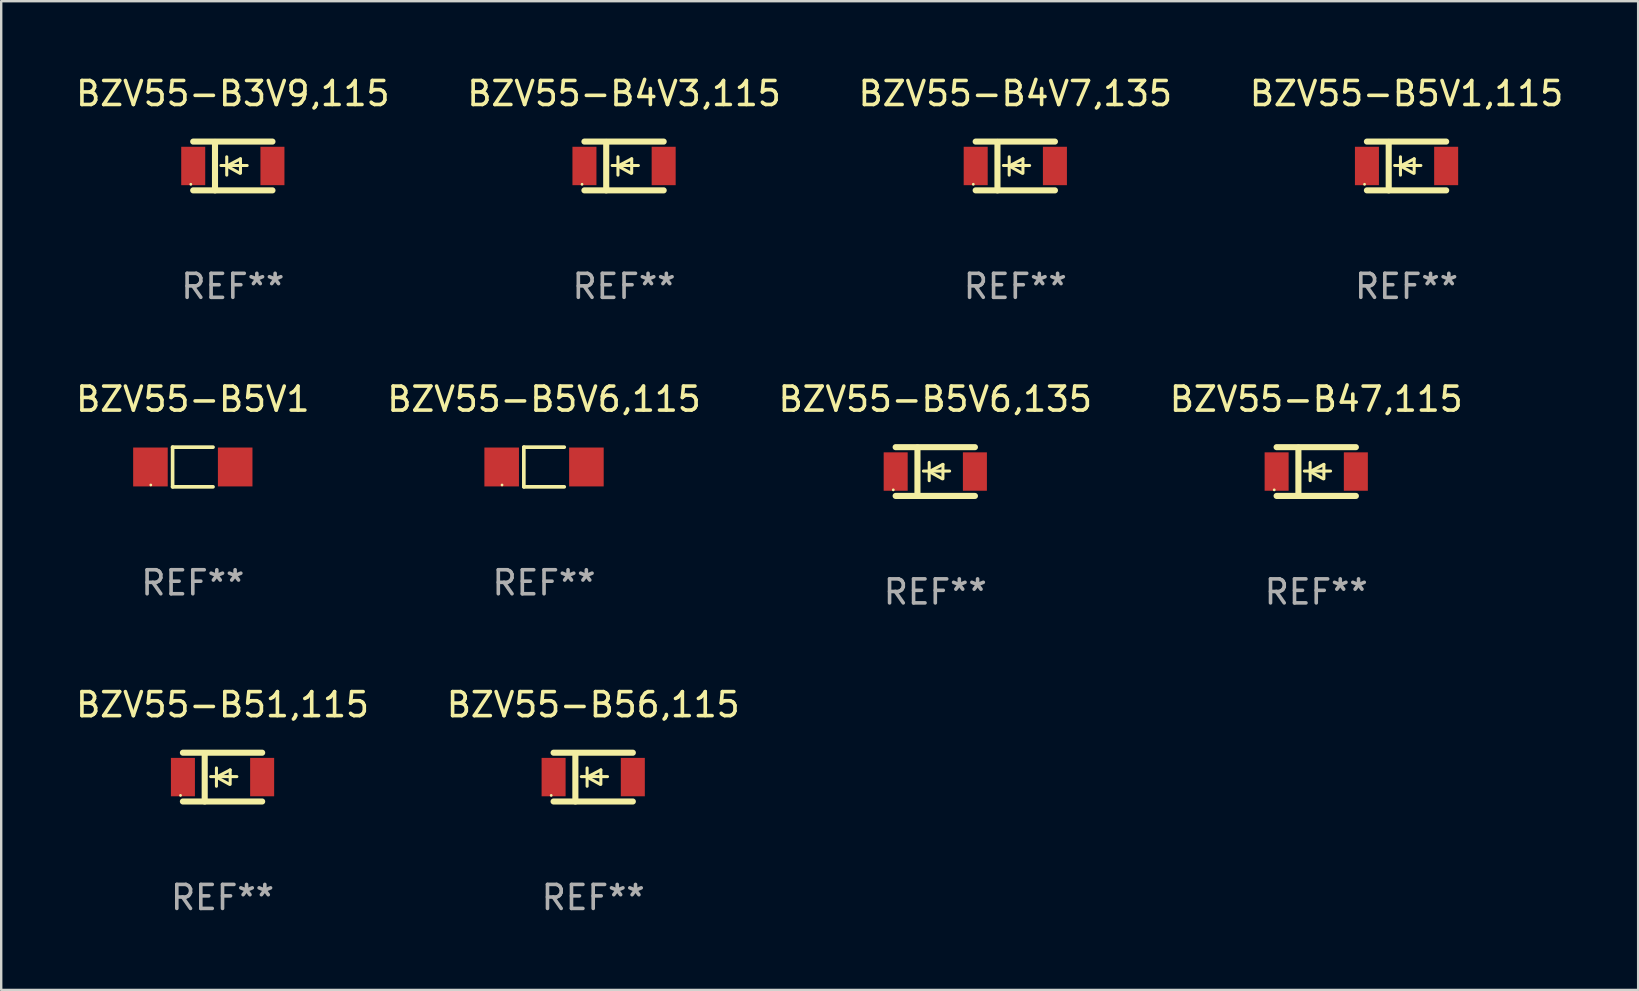
<source format=kicad_pcb>
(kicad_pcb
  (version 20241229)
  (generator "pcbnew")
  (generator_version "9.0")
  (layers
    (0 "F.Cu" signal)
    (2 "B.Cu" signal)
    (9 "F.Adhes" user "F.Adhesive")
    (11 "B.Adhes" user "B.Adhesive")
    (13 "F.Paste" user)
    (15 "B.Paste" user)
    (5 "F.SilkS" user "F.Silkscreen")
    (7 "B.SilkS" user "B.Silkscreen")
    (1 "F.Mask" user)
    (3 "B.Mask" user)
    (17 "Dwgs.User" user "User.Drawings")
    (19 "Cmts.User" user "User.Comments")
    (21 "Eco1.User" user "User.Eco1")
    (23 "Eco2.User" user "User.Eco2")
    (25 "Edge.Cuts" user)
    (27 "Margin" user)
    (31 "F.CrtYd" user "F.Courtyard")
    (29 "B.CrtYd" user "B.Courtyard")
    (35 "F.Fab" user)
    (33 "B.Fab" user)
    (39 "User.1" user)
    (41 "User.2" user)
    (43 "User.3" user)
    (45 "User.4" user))
  (footprint "BZV55-B5V6,115"
    (layer "F.Cu")
    (at 19.613 16.403)
    (property "Reference" "BZV55-B5V6,115" (at 0 -2.826 0) (layer "F.SilkS") (effects (font (size 1 1) (thickness 0.15))))
    (attr through_hole)
    (fp_line (start -0.842 -0.826) (end -0.842 0.826) (stroke (width 0.152) (type solid)) (layer "F.SilkS"))
    (fp_line (start -0.842 -0.826) (end 0.842 -0.826) (stroke (width 0.152) (type solid)) (layer "F.SilkS"))
    (fp_line (start -0.842 0.826) (end 0.842 0.826) (stroke (width 0.152) (type solid)) (layer "F.SilkS"))
    (fp_circle (center -1.75 0.75) (end -1.72 0.75) (stroke (width 0.06) (type solid)) (fill no) (layer "F.SilkS"))
    (fp_text user "REF**" (at 0 4.826 0) (layer "F.Fab") (effects (font (size 1 1) (thickness 0.15))))
    (pad "1" smd rect (at -1.765 0) (size 1.44 1.62) (layers "F.Cu" "F.Mask" "F.Paste"))
    (pad "2" smd rect (at 1.765 0) (size 1.44 1.62) (layers "F.Cu" "F.Mask" "F.Paste")))
  (footprint "BZV55-B4V3,115"
    (layer "F.Cu")
    (at 22.946 3.864)
    (property "Reference" "BZV55-B4V3,115" (at 0 -3.016 0) (layer "F.SilkS") (effects (font (size 1 1) (thickness 0.15))))
    (attr through_hole)
    (fp_line (start -1.651 -1.016) (end 1.651 -1.016) (stroke (width 0.254) (type solid)) (layer "F.SilkS"))
    (fp_line (start -1.651 1.016) (end 1.651 1.016) (stroke (width 0.254) (type solid)) (layer "F.SilkS"))
    (fp_line (start -0.743 -1) (end -0.743 1.016) (stroke (width 0.254) (type solid)) (layer "F.SilkS"))
    (fp_line (start -0.495 -0.02) (end 0.597 -0.02) (stroke (width 0.127) (type solid)) (layer "F.SilkS"))
    (fp_line (start -0.254 0) (end -0.254 -0.381) (stroke (width 0.127) (type solid)) (layer "F.SilkS"))
    (fp_line (start -0.254 0) (end -0.254 0.381) (stroke (width 0.127) (type solid)) (layer "F.SilkS"))
    (fp_line (start 0.288 0.301) (end -0.254 0) (stroke (width 0.127) (type solid)) (layer "F.SilkS"))
    (fp_line (start 0.318 -0.299) (end -0.254 0) (stroke (width 0.127) (type solid)) (layer "F.SilkS"))
    (fp_line (start 0.318 -0.299) (end 0.318 0.301) (stroke (width 0.127) (type solid)) (layer "F.SilkS"))
    (fp_circle (center -1.75 0.763) (end -1.72 0.763) (stroke (width 0.06) (type solid)) (fill no) (layer "F.SilkS"))
    (fp_text user "REF**" (at 0 5.016 0) (layer "F.Fab") (effects (font (size 1 1) (thickness 0.15))))
    (pad "1" smd rect (at -1.65 0 90) (size 1.6 1) (layers "F.Cu" "F.Mask" "F.Paste"))
    (pad "2" smd rect (at 1.65 0 90) (size 1.6 1) (layers "F.Cu" "F.Mask" "F.Paste")))
  (footprint "BZV55-B47,115"
    (layer "F.Cu")
    (at 51.78 16.593)
    (property "Reference" "BZV55-B47,115" (at 0 -3.016 0) (layer "F.SilkS") (effects (font (size 1 1) (thickness 0.15))))
    (attr through_hole)
    (fp_line (start -1.651 -1.016) (end 1.651 -1.016) (stroke (width 0.254) (type solid)) (layer "F.SilkS"))
    (fp_line (start -1.651 1.016) (end 1.651 1.016) (stroke (width 0.254) (type solid)) (layer "F.SilkS"))
    (fp_line (start -0.743 -1) (end -0.743 1.016) (stroke (width 0.254) (type solid)) (layer "F.SilkS"))
    (fp_line (start -0.495 -0.02) (end 0.597 -0.02) (stroke (width 0.127) (type solid)) (layer "F.SilkS"))
    (fp_line (start -0.254 0) (end -0.254 -0.381) (stroke (width 0.127) (type solid)) (layer "F.SilkS"))
    (fp_line (start -0.254 0) (end -0.254 0.381) (stroke (width 0.127) (type solid)) (layer "F.SilkS"))
    (fp_line (start 0.288 0.301) (end -0.254 0) (stroke (width 0.127) (type solid)) (layer "F.SilkS"))
    (fp_line (start 0.318 -0.299) (end -0.254 0) (stroke (width 0.127) (type solid)) (layer "F.SilkS"))
    (fp_line (start 0.318 -0.299) (end 0.318 0.301) (stroke (width 0.127) (type solid)) (layer "F.SilkS"))
    (fp_circle (center -1.75 0.763) (end -1.72 0.763) (stroke (width 0.06) (type solid)) (fill no) (layer "F.SilkS"))
    (fp_text user "REF**" (at 0 5.016 0) (layer "F.Fab") (effects (font (size 1 1) (thickness 0.15))))
    (pad "1" smd rect (at -1.65 0 90) (size 1.6 1) (layers "F.Cu" "F.Mask" "F.Paste"))
    (pad "2" smd rect (at 1.65 0 90) (size 1.6 1) (layers "F.Cu" "F.Mask" "F.Paste")))
  (footprint "BZV55-B5V6,135"
    (layer "F.Cu")
    (at 35.911 16.593)
    (property "Reference" "BZV55-B5V6,135" (at 0 -3.016 0) (layer "F.SilkS") (effects (font (size 1 1) (thickness 0.15))))
    (attr through_hole)
    (fp_line (start -1.651 -1.016) (end 1.651 -1.016) (stroke (width 0.254) (type solid)) (layer "F.SilkS"))
    (fp_line (start -1.651 1.016) (end 1.651 1.016) (stroke (width 0.254) (type solid)) (layer "F.SilkS"))
    (fp_line (start -0.743 -1) (end -0.743 1.016) (stroke (width 0.254) (type solid)) (layer "F.SilkS"))
    (fp_line (start -0.495 -0.02) (end 0.597 -0.02) (stroke (width 0.127) (type solid)) (layer "F.SilkS"))
    (fp_line (start -0.254 0) (end -0.254 -0.381) (stroke (width 0.127) (type solid)) (layer "F.SilkS"))
    (fp_line (start -0.254 0) (end -0.254 0.381) (stroke (width 0.127) (type solid)) (layer "F.SilkS"))
    (fp_line (start 0.288 0.301) (end -0.254 0) (stroke (width 0.127) (type solid)) (layer "F.SilkS"))
    (fp_line (start 0.318 -0.299) (end -0.254 0) (stroke (width 0.127) (type solid)) (layer "F.SilkS"))
    (fp_line (start 0.318 -0.299) (end 0.318 0.301) (stroke (width 0.127) (type solid)) (layer "F.SilkS"))
    (fp_circle (center -1.75 0.763) (end -1.72 0.763) (stroke (width 0.06) (type solid)) (fill no) (layer "F.SilkS"))
    (fp_text user "REF**" (at 0 5.016 0) (layer "F.Fab") (effects (font (size 1 1) (thickness 0.15))))
    (pad "1" smd rect (at -1.65 0 90) (size 1.6 1) (layers "F.Cu" "F.Mask" "F.Paste"))
    (pad "2" smd rect (at 1.65 0 90) (size 1.6 1) (layers "F.Cu" "F.Mask" "F.Paste")))
  (footprint "BZV55-B4V7,135"
    (layer "F.Cu")
    (at 39.244 3.864)
    (property "Reference" "BZV55-B4V7,135" (at 0 -3.016 0) (layer "F.SilkS") (effects (font (size 1 1) (thickness 0.15))))
    (attr through_hole)
    (fp_line (start -1.651 -1.016) (end 1.651 -1.016) (stroke (width 0.254) (type solid)) (layer "F.SilkS"))
    (fp_line (start -1.651 1.016) (end 1.651 1.016) (stroke (width 0.254) (type solid)) (layer "F.SilkS"))
    (fp_line (start -0.743 -1) (end -0.743 1.016) (stroke (width 0.254) (type solid)) (layer "F.SilkS"))
    (fp_line (start -0.495 -0.02) (end 0.597 -0.02) (stroke (width 0.127) (type solid)) (layer "F.SilkS"))
    (fp_line (start -0.254 0) (end -0.254 -0.381) (stroke (width 0.127) (type solid)) (layer "F.SilkS"))
    (fp_line (start -0.254 0) (end -0.254 0.381) (stroke (width 0.127) (type solid)) (layer "F.SilkS"))
    (fp_line (start 0.288 0.301) (end -0.254 0) (stroke (width 0.127) (type solid)) (layer "F.SilkS"))
    (fp_line (start 0.318 -0.299) (end -0.254 0) (stroke (width 0.127) (type solid)) (layer "F.SilkS"))
    (fp_line (start 0.318 -0.299) (end 0.318 0.301) (stroke (width 0.127) (type solid)) (layer "F.SilkS"))
    (fp_circle (center -1.75 0.763) (end -1.72 0.763) (stroke (width 0.06) (type solid)) (fill no) (layer "F.SilkS"))
    (fp_text user "REF**" (at 0 5.016 0) (layer "F.Fab") (effects (font (size 1 1) (thickness 0.15))))
    (pad "1" smd rect (at -1.65 0 90) (size 1.6 1) (layers "F.Cu" "F.Mask" "F.Paste"))
    (pad "2" smd rect (at 1.65 0 90) (size 1.6 1) (layers "F.Cu" "F.Mask" "F.Paste")))
  (footprint "BZV55-B51,115"
    (layer "F.Cu")
    (at 6.22 29.321)
    (property "Reference" "BZV55-B51,115" (at 0 -3.016 0) (layer "F.SilkS") (effects (font (size 1 1) (thickness 0.15))))
    (attr through_hole)
    (fp_line (start -1.651 -1.016) (end 1.651 -1.016) (stroke (width 0.254) (type solid)) (layer "F.SilkS"))
    (fp_line (start -1.651 1.016) (end 1.651 1.016) (stroke (width 0.254) (type solid)) (layer "F.SilkS"))
    (fp_line (start -0.743 -1) (end -0.743 1.016) (stroke (width 0.254) (type solid)) (layer "F.SilkS"))
    (fp_line (start -0.495 -0.02) (end 0.597 -0.02) (stroke (width 0.127) (type solid)) (layer "F.SilkS"))
    (fp_line (start -0.254 0) (end -0.254 -0.381) (stroke (width 0.127) (type solid)) (layer "F.SilkS"))
    (fp_line (start -0.254 0) (end -0.254 0.381) (stroke (width 0.127) (type solid)) (layer "F.SilkS"))
    (fp_line (start 0.288 0.301) (end -0.254 0) (stroke (width 0.127) (type solid)) (layer "F.SilkS"))
    (fp_line (start 0.318 -0.299) (end -0.254 0) (stroke (width 0.127) (type solid)) (layer "F.SilkS"))
    (fp_line (start 0.318 -0.299) (end 0.318 0.301) (stroke (width 0.127) (type solid)) (layer "F.SilkS"))
    (fp_circle (center -1.75 0.763) (end -1.72 0.763) (stroke (width 0.06) (type solid)) (fill no) (layer "F.SilkS"))
    (fp_text user "REF**" (at 0 5.016 0) (layer "F.Fab") (effects (font (size 1 1) (thickness 0.15))))
    (pad "1" smd rect (at -1.65 0 90) (size 1.6 1) (layers "F.Cu" "F.Mask" "F.Paste"))
    (pad "2" smd rect (at 1.65 0 90) (size 1.6 1) (layers "F.Cu" "F.Mask" "F.Paste")))
  (footprint "BZV55-B5V1"
    (layer "F.Cu")
    (at 4.982 16.403)
    (property "Reference" "BZV55-B5V1" (at 0 -2.826 0) (layer "F.SilkS") (effects (font (size 1 1) (thickness 0.15))))
    (attr through_hole)
    (fp_line (start -0.842 -0.826) (end -0.842 0.826) (stroke (width 0.152) (type solid)) (layer "F.SilkS"))
    (fp_line (start -0.842 -0.826) (end 0.842 -0.826) (stroke (width 0.152) (type solid)) (layer "F.SilkS"))
    (fp_line (start -0.842 0.826) (end 0.842 0.826) (stroke (width 0.152) (type solid)) (layer "F.SilkS"))
    (fp_circle (center -1.75 0.75) (end -1.72 0.75) (stroke (width 0.06) (type solid)) (fill no) (layer "F.SilkS"))
    (fp_text user "REF**" (at 0 4.826 0) (layer "F.Fab") (effects (font (size 1 1) (thickness 0.15))))
    (pad "1" smd rect (at -1.765 0) (size 1.44 1.62) (layers "F.Cu" "F.Mask" "F.Paste"))
    (pad "2" smd rect (at 1.765 0) (size 1.44 1.62) (layers "F.Cu" "F.Mask" "F.Paste")))
  (footprint "BZV55-B3V9,115"
    (layer "F.Cu")
    (at 6.649 3.864)
    (property "Reference" "BZV55-B3V9,115" (at 0 -3.016 0) (layer "F.SilkS") (effects (font (size 1 1) (thickness 0.15))))
    (attr through_hole)
    (fp_line (start -1.651 -1.016) (end 1.651 -1.016) (stroke (width 0.254) (type solid)) (layer "F.SilkS"))
    (fp_line (start -1.651 1.016) (end 1.651 1.016) (stroke (width 0.254) (type solid)) (layer "F.SilkS"))
    (fp_line (start -0.743 -1) (end -0.743 1.016) (stroke (width 0.254) (type solid)) (layer "F.SilkS"))
    (fp_line (start -0.495 -0.02) (end 0.597 -0.02) (stroke (width 0.127) (type solid)) (layer "F.SilkS"))
    (fp_line (start -0.254 0) (end -0.254 -0.381) (stroke (width 0.127) (type solid)) (layer "F.SilkS"))
    (fp_line (start -0.254 0) (end -0.254 0.381) (stroke (width 0.127) (type solid)) (layer "F.SilkS"))
    (fp_line (start 0.288 0.301) (end -0.254 0) (stroke (width 0.127) (type solid)) (layer "F.SilkS"))
    (fp_line (start 0.318 -0.299) (end -0.254 0) (stroke (width 0.127) (type solid)) (layer "F.SilkS"))
    (fp_line (start 0.318 -0.299) (end 0.318 0.301) (stroke (width 0.127) (type solid)) (layer "F.SilkS"))
    (fp_circle (center -1.75 0.763) (end -1.72 0.763) (stroke (width 0.06) (type solid)) (fill no) (layer "F.SilkS"))
    (fp_text user "REF**" (at 0 5.016 0) (layer "F.Fab") (effects (font (size 1 1) (thickness 0.15))))
    (pad "1" smd rect (at -1.65 0 90) (size 1.6 1) (layers "F.Cu" "F.Mask" "F.Paste"))
    (pad "2" smd rect (at 1.65 0 90) (size 1.6 1) (layers "F.Cu" "F.Mask" "F.Paste")))
  (footprint "BZV55-B5V1,115"
    (layer "F.Cu")
    (at 55.542 3.864)
    (property "Reference" "BZV55-B5V1,115" (at 0 -3.016 0) (layer "F.SilkS") (effects (font (size 1 1) (thickness 0.15))))
    (attr through_hole)
    (fp_line (start -1.651 -1.016) (end 1.651 -1.016) (stroke (width 0.254) (type solid)) (layer "F.SilkS"))
    (fp_line (start -1.651 1.016) (end 1.651 1.016) (stroke (width 0.254) (type solid)) (layer "F.SilkS"))
    (fp_line (start -0.743 -1) (end -0.743 1.016) (stroke (width 0.254) (type solid)) (layer "F.SilkS"))
    (fp_line (start -0.495 -0.02) (end 0.597 -0.02) (stroke (width 0.127) (type solid)) (layer "F.SilkS"))
    (fp_line (start -0.254 0) (end -0.254 -0.381) (stroke (width 0.127) (type solid)) (layer "F.SilkS"))
    (fp_line (start -0.254 0) (end -0.254 0.381) (stroke (width 0.127) (type solid)) (layer "F.SilkS"))
    (fp_line (start 0.288 0.301) (end -0.254 0) (stroke (width 0.127) (type solid)) (layer "F.SilkS"))
    (fp_line (start 0.318 -0.299) (end -0.254 0) (stroke (width 0.127) (type solid)) (layer "F.SilkS"))
    (fp_line (start 0.318 -0.299) (end 0.318 0.301) (stroke (width 0.127) (type solid)) (layer "F.SilkS"))
    (fp_circle (center -1.75 0.763) (end -1.72 0.763) (stroke (width 0.06) (type solid)) (fill no) (layer "F.SilkS"))
    (fp_text user "REF**" (at 0 5.016 0) (layer "F.Fab") (effects (font (size 1 1) (thickness 0.15))))
    (pad "1" smd rect (at -1.65 0 90) (size 1.6 1) (layers "F.Cu" "F.Mask" "F.Paste"))
    (pad "2" smd rect (at 1.65 0 90) (size 1.6 1) (layers "F.Cu" "F.Mask" "F.Paste")))
  (footprint "BZV55-B56,115"
    (layer "F.Cu")
    (at 21.661 29.321)
    (property "Reference" "BZV55-B56,115" (at 0 -3.016 0) (layer "F.SilkS") (effects (font (size 1 1) (thickness 0.15))))
    (attr through_hole)
    (fp_line (start -1.651 -1.016) (end 1.651 -1.016) (stroke (width 0.254) (type solid)) (layer "F.SilkS"))
    (fp_line (start -1.651 1.016) (end 1.651 1.016) (stroke (width 0.254) (type solid)) (layer "F.SilkS"))
    (fp_line (start -0.743 -1) (end -0.743 1.016) (stroke (width 0.254) (type solid)) (layer "F.SilkS"))
    (fp_line (start -0.495 -0.02) (end 0.597 -0.02) (stroke (width 0.127) (type solid)) (layer "F.SilkS"))
    (fp_line (start -0.254 0) (end -0.254 -0.381) (stroke (width 0.127) (type solid)) (layer "F.SilkS"))
    (fp_line (start -0.254 0) (end -0.254 0.381) (stroke (width 0.127) (type solid)) (layer "F.SilkS"))
    (fp_line (start 0.288 0.301) (end -0.254 0) (stroke (width 0.127) (type solid)) (layer "F.SilkS"))
    (fp_line (start 0.318 -0.299) (end -0.254 0) (stroke (width 0.127) (type solid)) (layer "F.SilkS"))
    (fp_line (start 0.318 -0.299) (end 0.318 0.301) (stroke (width 0.127) (type solid)) (layer "F.SilkS"))
    (fp_circle (center -1.75 0.763) (end -1.72 0.763) (stroke (width 0.06) (type solid)) (fill no) (layer "F.SilkS"))
    (fp_text user "REF**" (at 0 5.016 0) (layer "F.Fab") (effects (font (size 1 1) (thickness 0.15))))
    (pad "1" smd rect (at -1.65 0 90) (size 1.6 1) (layers "F.Cu" "F.Mask" "F.Paste"))
    (pad "2" smd rect (at 1.65 0 90) (size 1.6 1) (layers "F.Cu" "F.Mask" "F.Paste")))
  (gr_rect
    (start -3 -3)
    (end 65.19 38.186)
    (stroke (width 0.1) (type default))
    (fill no)
    (layer "Edge.Cuts")))
</source>
